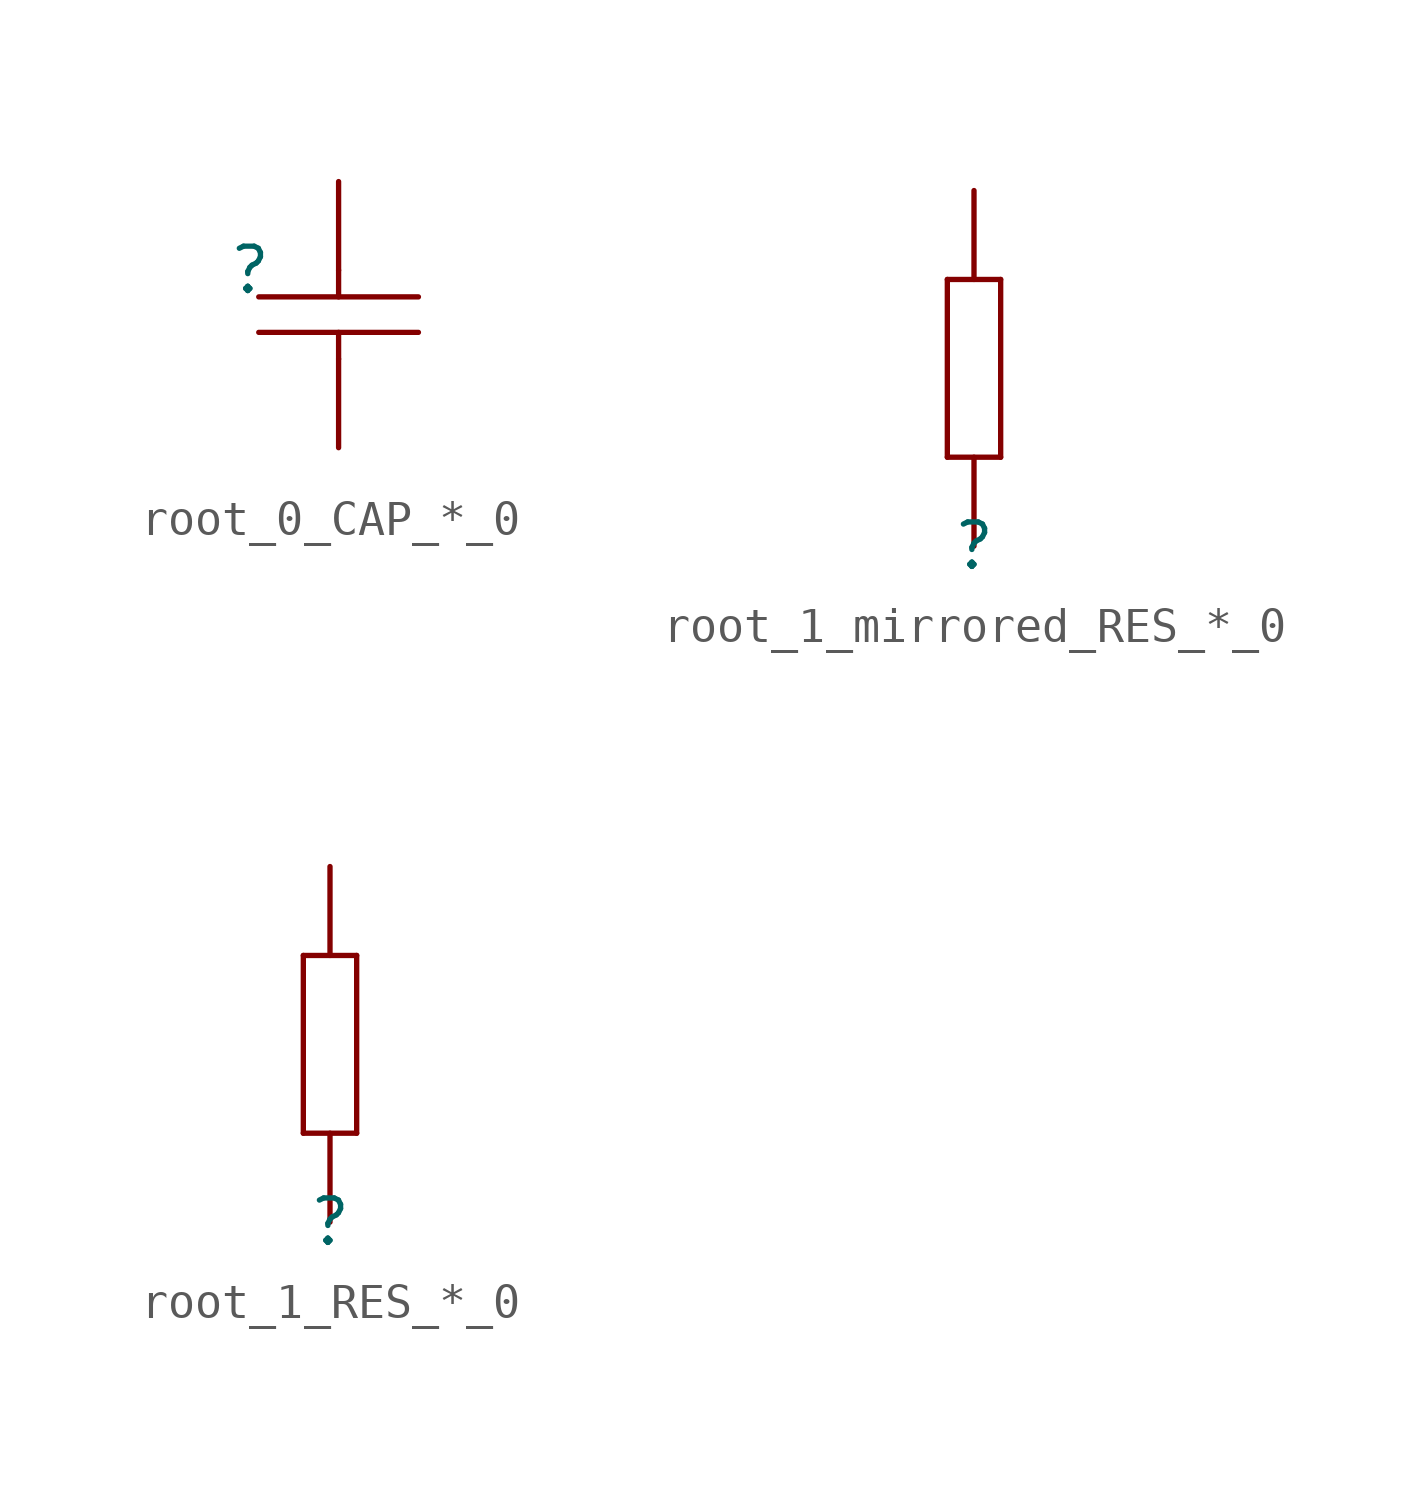
<source format=kicad_sym>
(kicad_symbol_lib
  (version 20241209)
  (generator "kicad_symbol_editor")
  (generator_version "9.0")
  (symbol "root_0_CAP_*_0"
    (pin_numbers
      (hide yes))
    (pin_names
      (hide yes))
    (property "Reference" ""
      (at 0 0 0)
      (effects (font (size 1.27 1.27))))
    (property "Value" ""
      (at 0 0 0)
      (effects (font (size 1.27 1.27))))
    (symbol "root_0_CAP_*_0_1_0"
      (polyline (pts (xy 0.254 -0.762) (xy 4.826 -0.762)) (stroke (width 0) (type solid)) (fill (type none)))
      (polyline (pts (xy 0.254 -1.778) (xy 4.826 -1.778)) (stroke (width 0) (type solid)) (fill (type none)))
      (polyline (pts (xy 2.54 0) (xy 2.54 -0.762)) (stroke (width 0) (type solid)) (fill (type none)))
      (polyline (pts (xy 2.54 -1.778) (xy 2.54 -2.54)) (stroke (width 0) (type solid)) (fill (type none)))
      (pin passive line (at 2.54 2.54 270) (length 2.54) (name "1" (effects (font (size 1.27 1.27)))) (number "1" (effects (font (size 1.27 1.27)))))
      (pin passive line (at 2.54 -5.08 90) (length 2.54) (name "2" (effects (font (size 1.27 1.27)))) (number "2" (effects (font (size 1.27 1.27)))))))
  (symbol "root_1_mirrored_RES_*_0"
    (pin_numbers
      (hide yes))
    (pin_names
      (hide yes))
    (property "Reference" ""
      (at 0 0 0)
      (effects (font (size 1.27 1.27))))
    (property "Value" ""
      (at 0 0 0)
      (effects (font (size 1.27 1.27))))
    (symbol "root_1_mirrored_RES_*_0_1_0"
      (polyline (pts (xy -0.762 2.54) (xy -0.762 7.62)) (stroke (width 0) (type solid)) (fill (type none)))
      (polyline (pts (xy 0.762 7.62) (xy -0.762 7.62)) (stroke (width 0) (type solid)) (fill (type none)))
      (polyline (pts (xy 0.762 2.54) (xy -0.762 2.54)) (stroke (width 0) (type solid)) (fill (type none)))
      (polyline (pts (xy 0.762 2.54) (xy 0.762 7.62)) (stroke (width 0) (type solid)) (fill (type none)))
      (pin passive line (at 0 10.16 270) (length 2.54) (name "" (effects (font (size 1.27 1.27)))) (number "2" (effects (font (size 1.27 1.27)))))
      (pin passive line (at 0 0 90) (length 2.54) (name "" (effects (font (size 1.27 1.27)))) (number "1" (effects (font (size 1.27 1.27)))))))
  (symbol "root_1_RES_*_0"
    (pin_numbers
      (hide yes))
    (pin_names
      (hide yes))
    (property "Reference" ""
      (at 0 0 0)
      (effects (font (size 1.27 1.27))))
    (property "Value" ""
      (at 0 0 0)
      (effects (font (size 1.27 1.27))))
    (symbol "root_1_RES_*_0_1_0"
      (polyline (pts (xy -0.762 7.62) (xy 0.762 7.62)) (stroke (width 0) (type solid)) (fill (type none)))
      (polyline (pts (xy -0.762 2.54) (xy -0.762 7.62)) (stroke (width 0) (type solid)) (fill (type none)))
      (polyline (pts (xy -0.762 2.54) (xy 0.762 2.54)) (stroke (width 0) (type solid)) (fill (type none)))
      (polyline (pts (xy 0.762 2.54) (xy 0.762 7.62)) (stroke (width 0) (type solid)) (fill (type none)))
      (pin passive line (at 0 10.16 270) (length 2.54) (name "" (effects (font (size 1.27 1.27)))) (number "2" (effects (font (size 1.27 1.27)))))
      (pin passive line (at 0 0 90) (length 2.54) (name "" (effects (font (size 1.27 1.27)))) (number "1" (effects (font (size 1.27 1.27))))))))
</source>
